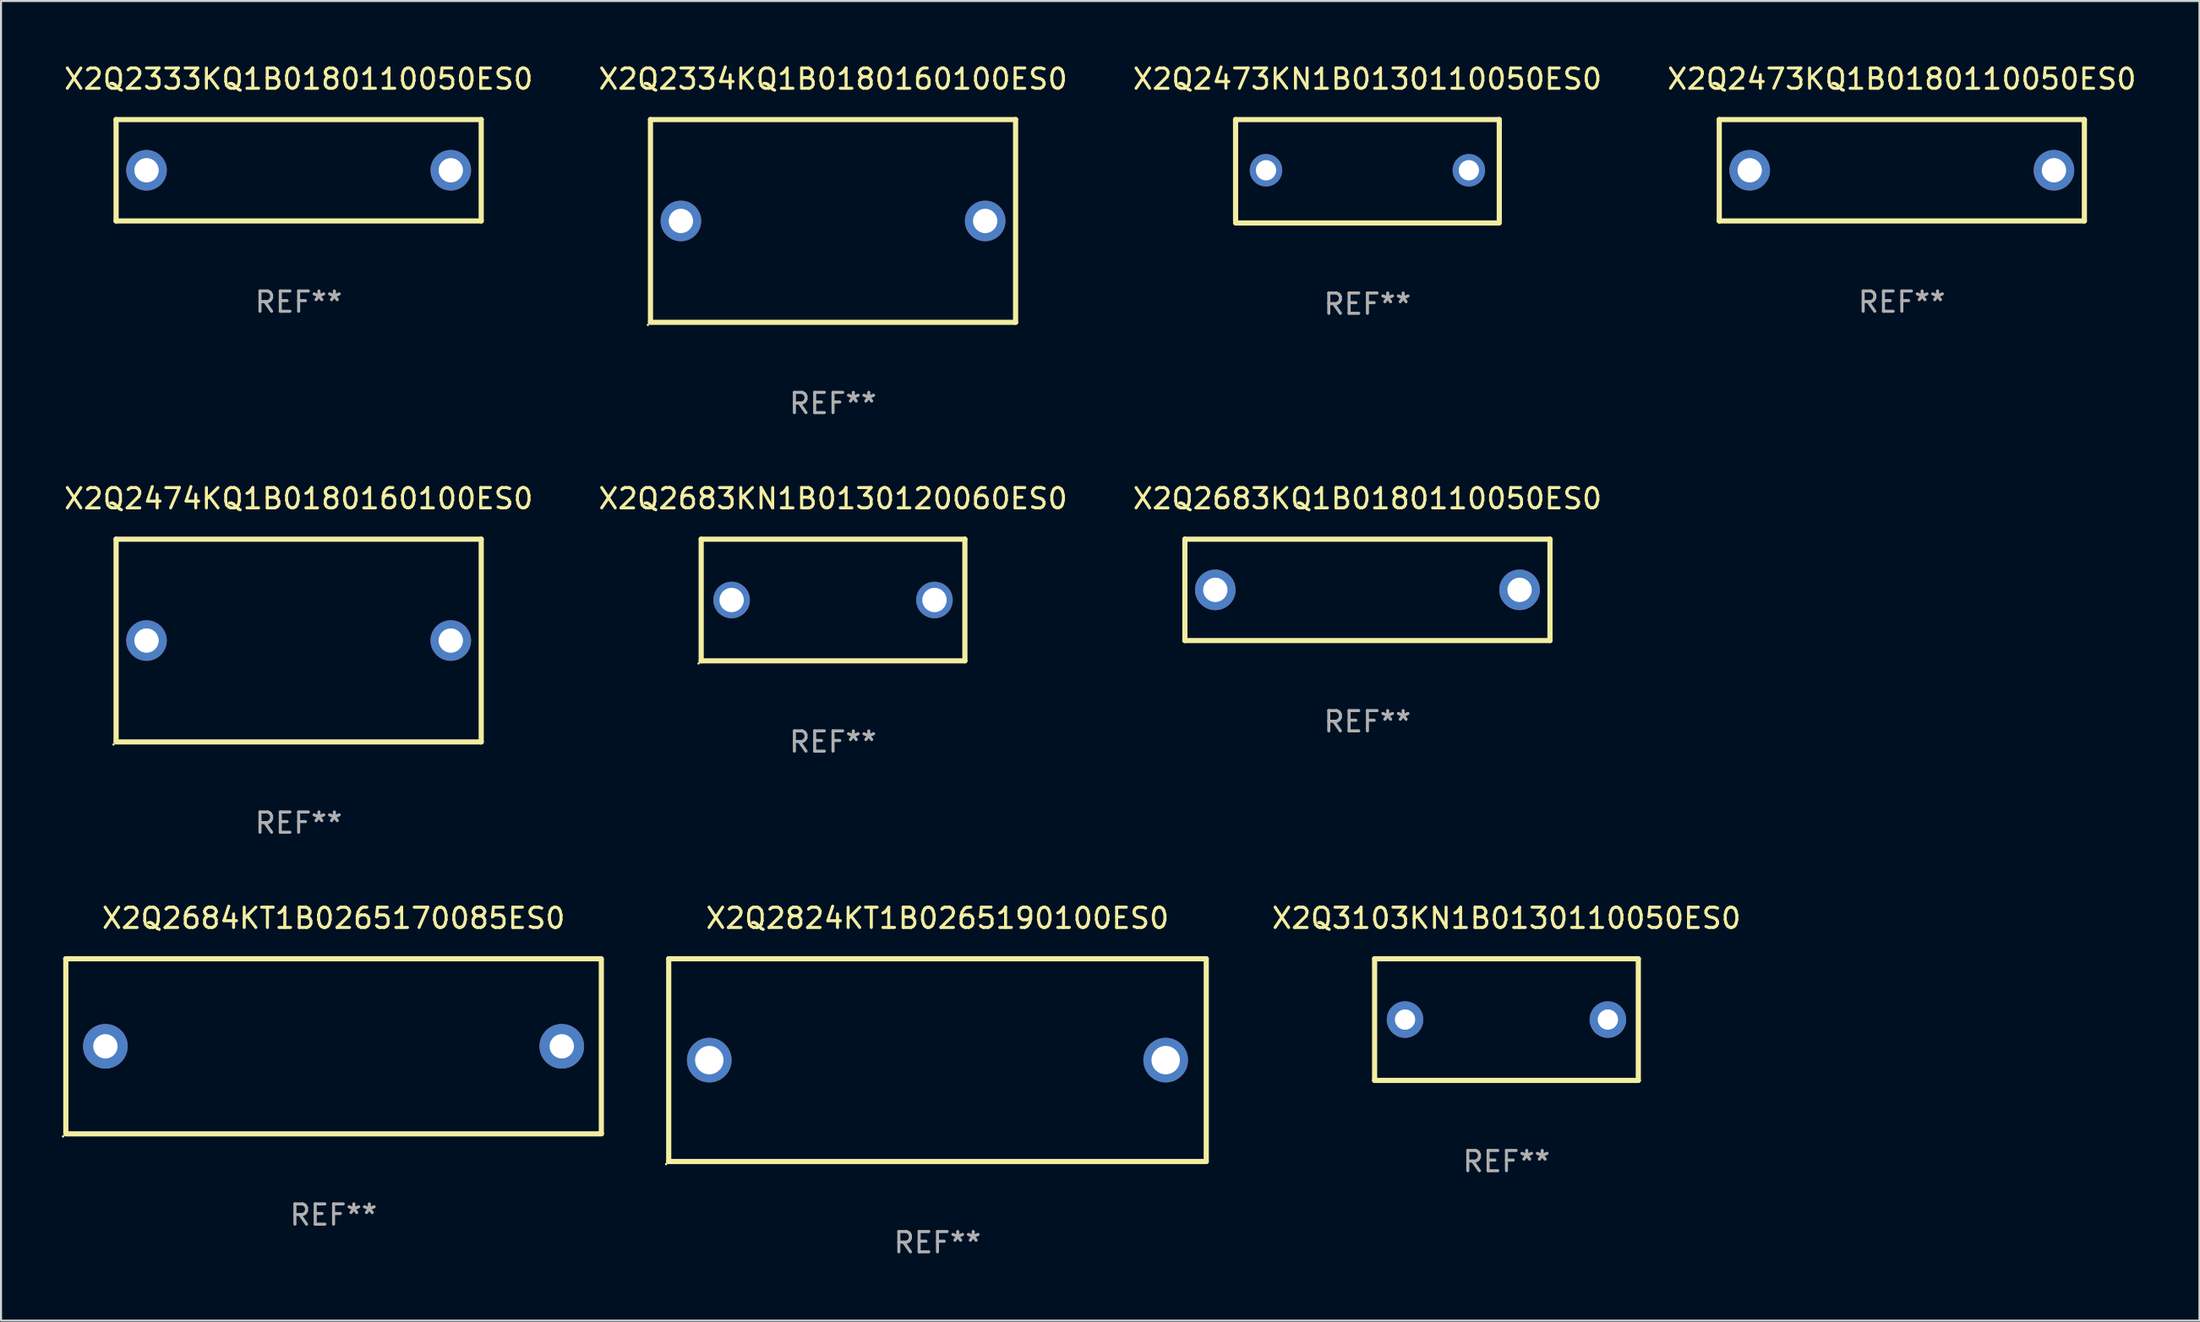
<source format=kicad_pcb>
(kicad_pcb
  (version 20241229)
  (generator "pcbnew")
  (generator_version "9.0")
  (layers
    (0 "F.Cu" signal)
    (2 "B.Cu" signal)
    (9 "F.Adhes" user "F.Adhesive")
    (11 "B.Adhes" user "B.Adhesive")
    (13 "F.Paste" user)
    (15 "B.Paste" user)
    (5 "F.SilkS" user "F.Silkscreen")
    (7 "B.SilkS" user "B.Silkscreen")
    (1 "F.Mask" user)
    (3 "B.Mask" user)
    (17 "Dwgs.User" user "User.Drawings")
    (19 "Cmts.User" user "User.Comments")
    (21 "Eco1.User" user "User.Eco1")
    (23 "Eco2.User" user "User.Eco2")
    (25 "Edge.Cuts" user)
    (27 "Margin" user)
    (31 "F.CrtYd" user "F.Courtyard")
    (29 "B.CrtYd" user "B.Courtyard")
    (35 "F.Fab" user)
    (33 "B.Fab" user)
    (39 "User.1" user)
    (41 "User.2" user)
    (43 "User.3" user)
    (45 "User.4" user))
  (footprint "X2Q2684KT1B0265170085ES0"
    (layer "F.Cu")
    (at 13.395 48.559)
    (property "Reference" "X2Q2684KT1B0265170085ES0" (at 0 -6.318 0) (layer "F.SilkS") (effects (font (size 1 1) (thickness 0.15))))
    (attr through_hole)
    (fp_line (start -13.208 -4.318) (end 13.193 -4.318) (stroke (width 0.254) (type solid)) (layer "F.SilkS"))
    (fp_line (start -13.2 4.3) (end -13.2 -4.3) (stroke (width 0.254) (type solid)) (layer "F.SilkS"))
    (fp_line (start 13.2 -4.3) (end 13.2 4.3) (stroke (width 0.254) (type solid)) (layer "F.SilkS"))
    (fp_line (start 13.208 4.318) (end -13.193 4.318) (stroke (width 0.254) (type solid)) (layer "F.SilkS"))
    (fp_circle (center -13.335 4.445) (end -13.305 4.445) (stroke (width 0.06) (type solid)) (fill no) (layer "F.SilkS"))
    (fp_text user "REF**" (at 0 8.318 0) (layer "F.Fab") (effects (font (size 1 1) (thickness 0.15))))
    (pad "1" thru_hole circle (at -11.25 0) (size 2.2 2.2) (drill 1.2) (layers "*.Cu" "*.Mask"))
    (pad "2" thru_hole circle (at 11.25 0) (size 2.2 2.2) (drill 1.2) (layers "*.Cu" "*.Mask")))
  (footprint "X2Q2473KQ1B0180110050ES0"
    (layer "F.Cu")
    (at 90.708 5.348)
    (property "Reference" "X2Q2473KQ1B0180110050ES0" (at 0 -4.5 0) (layer "F.SilkS") (effects (font (size 1 1) (thickness 0.15))))
    (attr through_hole)
    (fp_line (start -9 -2.5) (end 9 -2.5) (stroke (width 0.254) (type solid)) (layer "F.SilkS"))
    (fp_line (start -9 2.5) (end -9 -2.5) (stroke (width 0.254) (type solid)) (layer "F.SilkS"))
    (fp_line (start 9 -2.5) (end 9 2.5) (stroke (width 0.254) (type solid)) (layer "F.SilkS"))
    (fp_line (start 9 2.5) (end -9 2.5) (stroke (width 0.254) (type solid)) (layer "F.SilkS"))
    (fp_circle (center -9 2.5) (end -8.97 2.5) (stroke (width 0.06) (type solid)) (fill no) (layer "F.SilkS"))
    (fp_text user "REF**" (at 0 6.5 0) (layer "F.Fab") (effects (font (size 1 1) (thickness 0.15))))
    (pad "1" thru_hole circle (at -7.5 -0.000127) (size 2 2) (drill 1.2) (layers "*.Cu" "*.Mask"))
    (pad "2" thru_hole circle (at 7.5 -0.000127) (size 2 2) (drill 1.2) (layers "*.Cu" "*.Mask")))
  (footprint "X2Q2334KQ1B0180160100ES0"
    (layer "F.Cu")
    (at 38.018 7.848)
    (property "Reference" "X2Q2334KQ1B0180160100ES0" (at 0 -7 0) (layer "F.SilkS") (effects (font (size 1 1) (thickness 0.15))))
    (attr through_hole)
    (fp_line (start -9 -5) (end -9 4.98) (stroke (width 0.254) (type solid)) (layer "F.SilkS"))
    (fp_line (start -9 -5) (end 9 -5) (stroke (width 0.254) (type solid)) (layer "F.SilkS"))
    (fp_line (start -9 5) (end 9 5) (stroke (width 0.254) (type solid)) (layer "F.SilkS"))
    (fp_line (start 9 -5) (end 9 5) (stroke (width 0.254) (type solid)) (layer "F.SilkS"))
    (fp_circle (center -9.127 5.127) (end -9.097 5.127) (stroke (width 0.06) (type solid)) (fill no) (layer "F.SilkS"))
    (fp_text user "REF**" (at 0 9 0) (layer "F.Fab") (effects (font (size 1 1) (thickness 0.15))))
    (pad "1" thru_hole circle (at -7.5 0) (size 2 2) (drill 1.2) (layers "*.Cu" "*.Mask"))
    (pad "2" thru_hole circle (at 7.5 0) (size 2 2) (drill 1.2) (layers "*.Cu" "*.Mask")))
  (footprint "X2Q2473KN1B0130110050ES0"
    (layer "F.Cu")
    (at 64.363 5.398)
    (property "Reference" "X2Q2473KN1B0130110050ES0" (at 0 -4.55 0) (layer "F.SilkS") (effects (font (size 1 1) (thickness 0.15))))
    (attr through_hole)
    (fp_line (start -6.5 -2.55) (end 6.5 -2.55) (stroke (width 0.254) (type solid)) (layer "F.SilkS"))
    (fp_line (start -6.5 2.45) (end -6.5 -2.55) (stroke (width 0.254) (type solid)) (layer "F.SilkS"))
    (fp_line (start 6.5 -2.55) (end 6.5 2.45) (stroke (width 0.254) (type solid)) (layer "F.SilkS"))
    (fp_line (start 6.5 2.55) (end -6.5 2.55) (stroke (width 0.254) (type solid)) (layer "F.SilkS"))
    (fp_circle (center -6.5 2.45) (end -6.47 2.45) (stroke (width 0.06) (type solid)) (fill no) (layer "F.SilkS"))
    (fp_text user "REF**" (at 0 6.55 0) (layer "F.Fab") (effects (font (size 1 1) (thickness 0.15))))
    (pad "1" thru_hole circle (at -5 -0.05) (size 1.6 1.6) (drill 1) (layers "*.Cu" "*.Mask"))
    (pad "2" thru_hole circle (at 5 -0.05) (size 1.6 1.6) (drill 1) (layers "*.Cu" "*.Mask")))
  (footprint "X2Q2474KQ1B0180160100ES0"
    (layer "F.Cu")
    (at 11.673 28.545)
    (property "Reference" "X2Q2474KQ1B0180160100ES0" (at 0 -7 0) (layer "F.SilkS") (effects (font (size 1 1) (thickness 0.15))))
    (attr through_hole)
    (fp_line (start -9 -5) (end -9 4.98) (stroke (width 0.254) (type solid)) (layer "F.SilkS"))
    (fp_line (start -9 -5) (end 9 -5) (stroke (width 0.254) (type solid)) (layer "F.SilkS"))
    (fp_line (start -9 5) (end 9 5) (stroke (width 0.254) (type solid)) (layer "F.SilkS"))
    (fp_line (start 9 -5) (end 9 5) (stroke (width 0.254) (type solid)) (layer "F.SilkS"))
    (fp_circle (center -9.127 5.127) (end -9.097 5.127) (stroke (width 0.06) (type solid)) (fill no) (layer "F.SilkS"))
    (fp_text user "REF**" (at 0 9 0) (layer "F.Fab") (effects (font (size 1 1) (thickness 0.15))))
    (pad "1" thru_hole circle (at -7.5 0) (size 2 2) (drill 1.2) (layers "*.Cu" "*.Mask"))
    (pad "2" thru_hole circle (at 7.5 0) (size 2 2) (drill 1.2) (layers "*.Cu" "*.Mask")))
  (footprint "X2Q2683KN1B0130120060ES0"
    (layer "F.Cu")
    (at 38.018 26.545)
    (property "Reference" "X2Q2683KN1B0130120060ES0" (at 0 -5 0) (layer "F.SilkS") (effects (font (size 1 1) (thickness 0.15))))
    (attr through_hole)
    (fp_line (start -6.5 -3) (end 6.5 -3) (stroke (width 0.254) (type solid)) (layer "F.SilkS"))
    (fp_line (start -6.5 3) (end -6.5 -3) (stroke (width 0.254) (type solid)) (layer "F.SilkS"))
    (fp_line (start -6.5 3) (end 6.5 3) (stroke (width 0.254) (type solid)) (layer "F.SilkS"))
    (fp_line (start 6.5 -3) (end 6.5 3) (stroke (width 0.254) (type solid)) (layer "F.SilkS"))
    (fp_circle (center -6.627 3.127) (end -6.597 3.127) (stroke (width 0.06) (type solid)) (fill no) (layer "F.SilkS"))
    (fp_text user "REF**" (at 0 7 0) (layer "F.Fab") (effects (font (size 1 1) (thickness 0.15))))
    (pad "1" thru_hole circle (at -5 0) (size 1.8 1.8) (drill 1.2) (layers "*.Cu" "*.Mask"))
    (pad "2" thru_hole circle (at 5 0) (size 1.8 1.8) (drill 1.2) (layers "*.Cu" "*.Mask")))
  (footprint "X2Q2824KT1B0265190100ES0"
    (layer "F.Cu")
    (at 43.167 49.241)
    (property "Reference" "X2Q2824KT1B0265190100ES0" (at 0 -7 0) (layer "F.SilkS") (effects (font (size 1 1) (thickness 0.15))))
    (attr through_hole)
    (fp_line (start -13.25 -5) (end 13.25 -5) (stroke (width 0.254) (type solid)) (layer "F.SilkS"))
    (fp_line (start -13.25 5) (end -13.25 -5) (stroke (width 0.254) (type solid)) (layer "F.SilkS"))
    (fp_line (start 13.25 -5) (end 13.25 5) (stroke (width 0.254) (type solid)) (layer "F.SilkS"))
    (fp_line (start 13.25 5) (end -13.25 5) (stroke (width 0.254) (type solid)) (layer "F.SilkS"))
    (fp_circle (center -13.377 5.127) (end -13.347 5.127) (stroke (width 0.06) (type solid)) (fill no) (layer "F.SilkS"))
    (fp_text user "REF**" (at 0 9 0) (layer "F.Fab") (effects (font (size 1 1) (thickness 0.15))))
    (pad "1" thru_hole circle (at -11.25 0) (size 2.2 2.2) (drill 1.4) (layers "*.Cu" "*.Mask"))
    (pad "2" thru_hole circle (at 11.25 0) (size 2.2 2.2) (drill 1.4) (layers "*.Cu" "*.Mask")))
  (footprint "X2Q3103KN1B0130110050ES0"
    (layer "F.Cu")
    (at 71.217 47.241)
    (property "Reference" "X2Q3103KN1B0130110050ES0" (at 0 -5 0) (layer "F.SilkS") (effects (font (size 1 1) (thickness 0.15))))
    (attr through_hole)
    (fp_line (start -6.5 -3) (end 6.5 -3) (stroke (width 0.254) (type solid)) (layer "F.SilkS"))
    (fp_line (start -6.5 3) (end -6.5 -3) (stroke (width 0.254) (type solid)) (layer "F.SilkS"))
    (fp_line (start 6.5 -3) (end 6.5 3) (stroke (width 0.254) (type solid)) (layer "F.SilkS"))
    (fp_line (start 6.5 3) (end -6.5 3) (stroke (width 0.254) (type solid)) (layer "F.SilkS"))
    (fp_circle (center -6.5 3) (end -6.47 3) (stroke (width 0.06) (type solid)) (fill no) (layer "F.SilkS"))
    (fp_text user "REF**" (at 0 7 0) (layer "F.Fab") (effects (font (size 1 1) (thickness 0.15))))
    (pad "1" thru_hole circle (at -5 0) (size 1.8 1.8) (drill 1) (layers "*.Cu" "*.Mask"))
    (pad "2" thru_hole circle (at 5 0) (size 1.8 1.8) (drill 1) (layers "*.Cu" "*.Mask")))
  (footprint "X2Q2333KQ1B0180110050ES0"
    (layer "F.Cu")
    (at 11.673 5.348)
    (property "Reference" "X2Q2333KQ1B0180110050ES0" (at 0 -4.5 0) (layer "F.SilkS") (effects (font (size 1 1) (thickness 0.15))))
    (attr through_hole)
    (fp_line (start -9 -2.5) (end 9 -2.5) (stroke (width 0.254) (type solid)) (layer "F.SilkS"))
    (fp_line (start -9 2.5) (end -9 -2.5) (stroke (width 0.254) (type solid)) (layer "F.SilkS"))
    (fp_line (start 9 -2.5) (end 9 2.5) (stroke (width 0.254) (type solid)) (layer "F.SilkS"))
    (fp_line (start 9 2.5) (end -9 2.5) (stroke (width 0.254) (type solid)) (layer "F.SilkS"))
    (fp_circle (center -9 2.5) (end -8.97 2.5) (stroke (width 0.06) (type solid)) (fill no) (layer "F.SilkS"))
    (fp_text user "REF**" (at 0 6.5 0) (layer "F.Fab") (effects (font (size 1 1) (thickness 0.15))))
    (pad "1" thru_hole circle (at -7.5 -0.000127) (size 2 2) (drill 1.2) (layers "*.Cu" "*.Mask"))
    (pad "2" thru_hole circle (at 7.5 -0.000127) (size 2 2) (drill 1.2) (layers "*.Cu" "*.Mask")))
  (footprint "X2Q2683KQ1B0180110050ES0"
    (layer "F.Cu")
    (at 64.363 26.045)
    (property "Reference" "X2Q2683KQ1B0180110050ES0" (at 0 -4.5 0) (layer "F.SilkS") (effects (font (size 1 1) (thickness 0.15))))
    (attr through_hole)
    (fp_line (start -9 -2.5) (end 9 -2.5) (stroke (width 0.254) (type solid)) (layer "F.SilkS"))
    (fp_line (start -9 2.5) (end -9 -2.5) (stroke (width 0.254) (type solid)) (layer "F.SilkS"))
    (fp_line (start 9 -2.5) (end 9 2.5) (stroke (width 0.254) (type solid)) (layer "F.SilkS"))
    (fp_line (start 9 2.5) (end -9 2.5) (stroke (width 0.254) (type solid)) (layer "F.SilkS"))
    (fp_circle (center -9 2.5) (end -8.97 2.5) (stroke (width 0.06) (type solid)) (fill no) (layer "F.SilkS"))
    (fp_text user "REF**" (at 0 6.5 0) (layer "F.Fab") (effects (font (size 1 1) (thickness 0.15))))
    (pad "1" thru_hole circle (at -7.5 -0.000127) (size 2 2) (drill 1.2) (layers "*.Cu" "*.Mask"))
    (pad "2" thru_hole circle (at 7.5 -0.000127) (size 2 2) (drill 1.2) (layers "*.Cu" "*.Mask")))
  (gr_rect
    (start -3 -3)
    (end 105.381 62.09)
    (stroke (width 0.1) (type default))
    (fill no)
    (layer "Edge.Cuts")))
</source>
